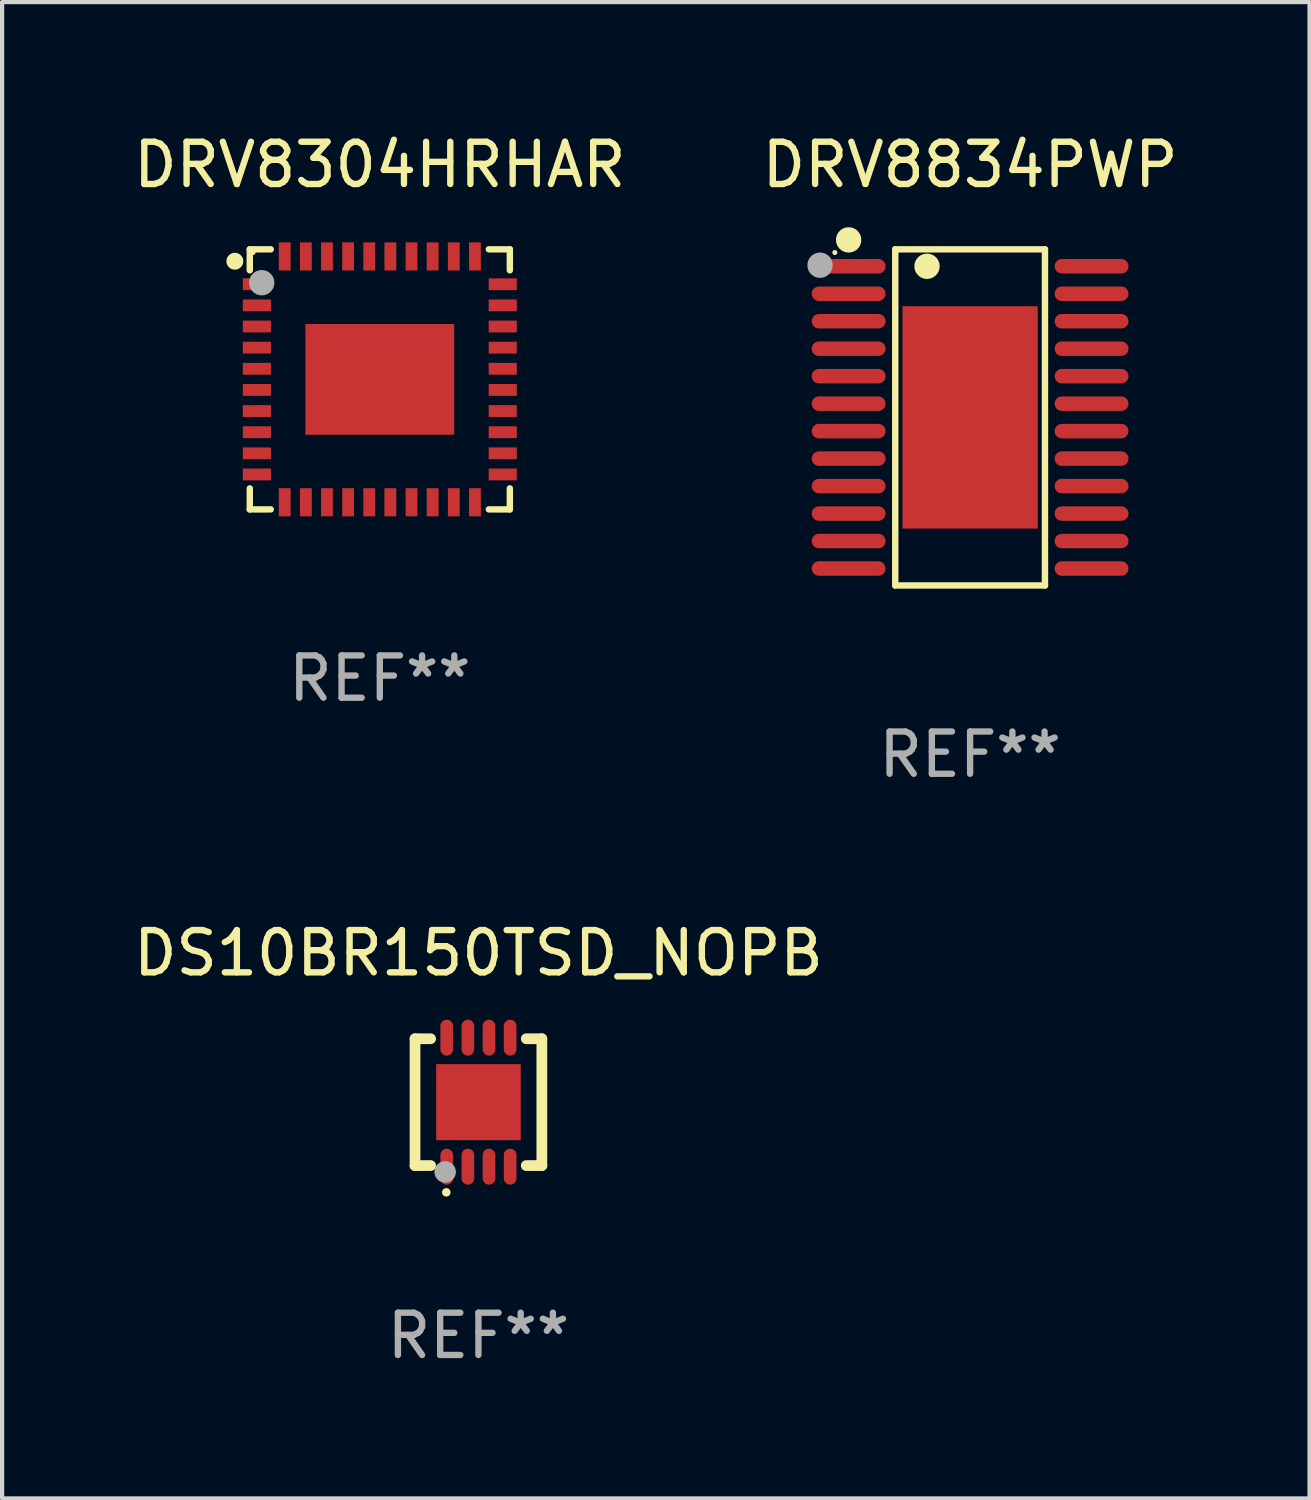
<source format=kicad_pcb>
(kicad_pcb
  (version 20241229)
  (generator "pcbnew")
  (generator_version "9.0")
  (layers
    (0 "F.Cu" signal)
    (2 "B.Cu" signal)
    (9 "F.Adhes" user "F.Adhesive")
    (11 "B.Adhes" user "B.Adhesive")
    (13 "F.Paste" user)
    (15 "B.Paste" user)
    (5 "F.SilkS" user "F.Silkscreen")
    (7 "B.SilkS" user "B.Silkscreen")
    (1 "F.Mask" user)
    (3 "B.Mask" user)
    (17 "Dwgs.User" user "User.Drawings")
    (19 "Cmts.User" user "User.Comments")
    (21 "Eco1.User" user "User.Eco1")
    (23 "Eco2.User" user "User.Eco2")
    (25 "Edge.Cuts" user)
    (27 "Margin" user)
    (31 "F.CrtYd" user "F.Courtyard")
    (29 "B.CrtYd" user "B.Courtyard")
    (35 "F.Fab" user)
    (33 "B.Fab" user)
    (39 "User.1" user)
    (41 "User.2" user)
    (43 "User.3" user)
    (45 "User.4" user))
  (footprint "DS10BR150TSD_NOPB"
    (layer "F.Cu")
    (at 8.268 23.023)
    (property "Reference" "DS10BR150TSD_NOPB" (at 0 -3.526 0) (layer "F.SilkS") (effects (font (size 1 1) (thickness 0.15))))
    (attr through_hole)
    (fp_line (start -1.5 -1.5) (end -1.131 -1.5) (stroke (width 0.254) (type solid)) (layer "F.SilkS"))
    (fp_line (start -1.5 1.5) (end -1.5 -1.5) (stroke (width 0.254) (type solid)) (layer "F.SilkS"))
    (fp_line (start -1.5 1.5) (end -1.131 1.5) (stroke (width 0.254) (type solid)) (layer "F.SilkS"))
    (fp_line (start 1.131 -1.5) (end 1.5 -1.5) (stroke (width 0.254) (type solid)) (layer "F.SilkS"))
    (fp_line (start 1.131 1.5) (end 1.5 1.5) (stroke (width 0.254) (type solid)) (layer "F.SilkS"))
    (fp_line (start 1.5 -1.5) (end 1.5 1.5) (stroke (width 0.254) (type solid)) (layer "F.SilkS"))
    (fp_arc (start -0.762002 2.133642) (mid -0.760732 2.133634) (end -0.759462 2.133642) (stroke (width 0.2) (type solid)) (layer "F.SilkS"))
    (fp_circle (center -1.5 1.5) (end -1.47 1.5) (stroke (width 0.06) (type solid)) (fill no) (layer "F.SilkS"))
    (fp_circle (center -0.787 1.651) (end -0.66 1.651) (stroke (width 0.254) (type solid)) (fill no) (layer "F.Fab"))
    (fp_text user "REF**" (at 0 5.526 0) (layer "F.Fab") (effects (font (size 1 1) (thickness 0.15))))
    (pad "1" smd oval (at -0.75 1.526) (size 0.3 0.85) (layers "F.Cu" "F.Mask" "F.Paste"))
    (pad "2" smd oval (at -0.25 1.526) (size 0.3 0.85) (layers "F.Cu" "F.Mask" "F.Paste"))
    (pad "3" smd oval (at 0.25 1.526) (size 0.3 0.85) (layers "F.Cu" "F.Mask" "F.Paste"))
    (pad "4" smd oval (at 0.75 1.526) (size 0.3 0.85) (layers "F.Cu" "F.Mask" "F.Paste"))
    (pad "5" smd oval (at 0.75 -1.526 180) (size 0.3 0.85) (layers "F.Cu" "F.Mask" "F.Paste"))
    (pad "6" smd oval (at 0.25 -1.526 180) (size 0.3 0.85) (layers "F.Cu" "F.Mask" "F.Paste"))
    (pad "7" smd oval (at -0.25 -1.526 180) (size 0.3 0.85) (layers "F.Cu" "F.Mask" "F.Paste"))
    (pad "8" smd oval (at -0.75 -1.526 180) (size 0.3 0.85) (layers "F.Cu" "F.Mask" "F.Paste"))
    (pad "9" smd rect (at 0.000051 -0.000013) (size 2 1.8) (layers "F.Cu" "F.Mask" "F.Paste")))
  (footprint "DRV8304HRHAR"
    (layer "F.Cu")
    (at 5.935 5.924)
    (property "Reference" "DRV8304HRHAR" (at 0 -5.076 0) (layer "F.SilkS") (effects (font (size 1 1) (thickness 0.15))))
    (attr through_hole)
    (fp_line (start -3.076 -3.076) (end -3.076 -2.58) (stroke (width 0.152) (type solid)) (layer "F.SilkS"))
    (fp_line (start -3.076 3.076) (end -3.076 2.58) (stroke (width 0.152) (type solid)) (layer "F.SilkS"))
    (fp_line (start -2.58 -3.076) (end -3.076 -3.076) (stroke (width 0.152) (type solid)) (layer "F.SilkS"))
    (fp_line (start -2.58 3.076) (end -3.076 3.076) (stroke (width 0.152) (type solid)) (layer "F.SilkS"))
    (fp_line (start 2.58 -3.076) (end 3.076 -3.076) (stroke (width 0.152) (type solid)) (layer "F.SilkS"))
    (fp_line (start 2.58 3.076) (end 3.076 3.076) (stroke (width 0.152) (type solid)) (layer "F.SilkS"))
    (fp_line (start 3.076 -3.076) (end 3.076 -2.58) (stroke (width 0.152) (type solid)) (layer "F.SilkS"))
    (fp_line (start 3.076 3.076) (end 3.076 2.58) (stroke (width 0.152) (type solid)) (layer "F.SilkS"))
    (fp_circle (center -3.429 -2.794) (end -3.329 -2.794) (stroke (width 0.2) (type solid)) (fill no) (layer "F.SilkS"))
    (fp_circle (center -3 -3) (end -2.97 -3) (stroke (width 0.06) (type solid)) (fill no) (layer "F.SilkS"))
    (fp_circle (center -2.794 -2.286) (end -2.644 -2.286) (stroke (width 0.3) (type solid)) (fill no) (layer "F.Fab"))
    (fp_text user "REF**" (at 0 7.076 0) (layer "F.Fab") (effects (font (size 1 1) (thickness 0.15))))
    (pad "1" smd rect (at -2.908 -2.25) (size 0.665 0.28) (layers "F.Cu" "F.Mask" "F.Paste"))
    (pad "2" smd rect (at -2.908 -1.75) (size 0.665 0.28) (layers "F.Cu" "F.Mask" "F.Paste"))
    (pad "3" smd rect (at -2.908 -1.25) (size 0.665 0.28) (layers "F.Cu" "F.Mask" "F.Paste"))
    (pad "4" smd rect (at -2.908 -0.75) (size 0.665 0.28) (layers "F.Cu" "F.Mask" "F.Paste"))
    (pad "5" smd rect (at -2.908 -0.25) (size 0.665 0.28) (layers "F.Cu" "F.Mask" "F.Paste"))
    (pad "6" smd rect (at -2.908 0.25) (size 0.665 0.28) (layers "F.Cu" "F.Mask" "F.Paste"))
    (pad "7" smd rect (at -2.908 0.75) (size 0.665 0.28) (layers "F.Cu" "F.Mask" "F.Paste"))
    (pad "8" smd rect (at -2.908 1.25) (size 0.665 0.28) (layers "F.Cu" "F.Mask" "F.Paste"))
    (pad "9" smd rect (at -2.908 1.75) (size 0.665 0.28) (layers "F.Cu" "F.Mask" "F.Paste"))
    (pad "10" smd rect (at -2.908 2.25) (size 0.665 0.28) (layers "F.Cu" "F.Mask" "F.Paste"))
    (pad "11" smd rect (at -2.25 2.908) (size 0.28 0.665) (layers "F.Cu" "F.Mask" "F.Paste"))
    (pad "12" smd rect (at -1.75 2.908) (size 0.28 0.665) (layers "F.Cu" "F.Mask" "F.Paste"))
    (pad "13" smd rect (at -1.25 2.908) (size 0.28 0.665) (layers "F.Cu" "F.Mask" "F.Paste"))
    (pad "14" smd rect (at -0.75 2.908) (size 0.28 0.665) (layers "F.Cu" "F.Mask" "F.Paste"))
    (pad "15" smd rect (at -0.25 2.908) (size 0.28 0.665) (layers "F.Cu" "F.Mask" "F.Paste"))
    (pad "16" smd rect (at 0.25 2.908) (size 0.28 0.665) (layers "F.Cu" "F.Mask" "F.Paste"))
    (pad "17" smd rect (at 0.75 2.908) (size 0.28 0.665) (layers "F.Cu" "F.Mask" "F.Paste"))
    (pad "18" smd rect (at 1.25 2.908) (size 0.28 0.665) (layers "F.Cu" "F.Mask" "F.Paste"))
    (pad "19" smd rect (at 1.75 2.908) (size 0.28 0.665) (layers "F.Cu" "F.Mask" "F.Paste"))
    (pad "20" smd rect (at 2.25 2.908) (size 0.28 0.665) (layers "F.Cu" "F.Mask" "F.Paste"))
    (pad "21" smd rect (at 2.908 2.25) (size 0.665 0.28) (layers "F.Cu" "F.Mask" "F.Paste"))
    (pad "22" smd rect (at 2.908 1.75) (size 0.665 0.28) (layers "F.Cu" "F.Mask" "F.Paste"))
    (pad "23" smd rect (at 2.908 1.25) (size 0.665 0.28) (layers "F.Cu" "F.Mask" "F.Paste"))
    (pad "24" smd rect (at 2.908 0.75) (size 0.665 0.28) (layers "F.Cu" "F.Mask" "F.Paste"))
    (pad "25" smd rect (at 2.908 0.25) (size 0.665 0.28) (layers "F.Cu" "F.Mask" "F.Paste"))
    (pad "26" smd rect (at 2.908 -0.25) (size 0.665 0.28) (layers "F.Cu" "F.Mask" "F.Paste"))
    (pad "27" smd rect (at 2.908 -0.75) (size 0.665 0.28) (layers "F.Cu" "F.Mask" "F.Paste"))
    (pad "28" smd rect (at 2.908 -1.25) (size 0.665 0.28) (layers "F.Cu" "F.Mask" "F.Paste"))
    (pad "29" smd rect (at 2.908 -1.75) (size 0.665 0.28) (layers "F.Cu" "F.Mask" "F.Paste"))
    (pad "30" smd rect (at 2.908 -2.25) (size 0.665 0.28) (layers "F.Cu" "F.Mask" "F.Paste"))
    (pad "31" smd rect (at 2.25 -2.908) (size 0.28 0.665) (layers "F.Cu" "F.Mask" "F.Paste"))
    (pad "32" smd rect (at 1.75 -2.908) (size 0.28 0.665) (layers "F.Cu" "F.Mask" "F.Paste"))
    (pad "33" smd rect (at 1.25 -2.908) (size 0.28 0.665) (layers "F.Cu" "F.Mask" "F.Paste"))
    (pad "34" smd rect (at 0.75 -2.908) (size 0.28 0.665) (layers "F.Cu" "F.Mask" "F.Paste"))
    (pad "35" smd rect (at 0.25 -2.908) (size 0.28 0.665) (layers "F.Cu" "F.Mask" "F.Paste"))
    (pad "36" smd rect (at -0.25 -2.908) (size 0.28 0.665) (layers "F.Cu" "F.Mask" "F.Paste"))
    (pad "37" smd rect (at -0.75 -2.908) (size 0.28 0.665) (layers "F.Cu" "F.Mask" "F.Paste"))
    (pad "38" smd rect (at -1.25 -2.908) (size 0.28 0.665) (layers "F.Cu" "F.Mask" "F.Paste"))
    (pad "39" smd rect (at -1.75 -2.908) (size 0.28 0.665) (layers "F.Cu" "F.Mask" "F.Paste"))
    (pad "40" smd rect (at -2.25 -2.908) (size 0.28 0.665) (layers "F.Cu" "F.Mask" "F.Paste"))
    (pad "41" smd rect (at 0 0) (size 3.52 2.62) (layers "F.Cu" "F.Mask" "F.Paste")))
  (footprint "DRV8834PWP"
    (layer "F.Cu")
    (at 19.899 6.824)
    (property "Reference" "DRV8834PWP" (at 0 -5.976 0) (layer "F.SilkS") (effects (font (size 1 1) (thickness 0.15))))
    (attr through_hole)
    (fp_line (start -1.771 -3.976) (end 1.771 -3.976) (stroke (width 0.152) (type solid)) (layer "F.SilkS"))
    (fp_line (start -1.771 3.976) (end -1.771 -3.976) (stroke (width 0.152) (type solid)) (layer "F.SilkS"))
    (fp_line (start 1.771 -3.976) (end 1.771 3.976) (stroke (width 0.152) (type solid)) (layer "F.SilkS"))
    (fp_line (start 1.771 3.976) (end -1.771 3.976) (stroke (width 0.152) (type solid)) (layer "F.SilkS"))
    (fp_circle (center -3.2 -3.9) (end -3.17 -3.9) (stroke (width 0.06) (type solid)) (fill no) (layer "F.SilkS"))
    (fp_circle (center -2.873 -4.199) (end -2.723 -4.199) (stroke (width 0.3) (type solid)) (fill no) (layer "F.SilkS"))
    (fp_circle (center -1.019 -3.575) (end -0.869 -3.575) (stroke (width 0.3) (type solid)) (fill no) (layer "F.SilkS"))
    (fp_circle (center -3.55 -3.6) (end -3.4 -3.6) (stroke (width 0.3) (type solid)) (fill no) (layer "F.Fab"))
    (fp_text user "REF**" (at 0 7.976 0) (layer "F.Fab") (effects (font (size 1 1) (thickness 0.15))))
    (pad "1" smd oval (at -2.873 -3.575 270) (size 0.343 1.747) (layers "F.Cu" "F.Mask" "F.Paste"))
    (pad "2" smd oval (at -2.873 -2.925 270) (size 0.343 1.747) (layers "F.Cu" "F.Mask" "F.Paste"))
    (pad "3" smd oval (at -2.873 -2.275 270) (size 0.343 1.747) (layers "F.Cu" "F.Mask" "F.Paste"))
    (pad "4" smd oval (at -2.873 -1.625 270) (size 0.343 1.747) (layers "F.Cu" "F.Mask" "F.Paste"))
    (pad "5" smd oval (at -2.873 -0.975 270) (size 0.343 1.747) (layers "F.Cu" "F.Mask" "F.Paste"))
    (pad "6" smd oval (at -2.873 -0.325 270) (size 0.343 1.747) (layers "F.Cu" "F.Mask" "F.Paste"))
    (pad "7" smd oval (at -2.873 0.325 270) (size 0.343 1.747) (layers "F.Cu" "F.Mask" "F.Paste"))
    (pad "8" smd oval (at -2.873 0.975 270) (size 0.343 1.747) (layers "F.Cu" "F.Mask" "F.Paste"))
    (pad "9" smd oval (at -2.873 1.625 270) (size 0.343 1.747) (layers "F.Cu" "F.Mask" "F.Paste"))
    (pad "10" smd oval (at -2.873 2.275 270) (size 0.343 1.747) (layers "F.Cu" "F.Mask" "F.Paste"))
    (pad "11" smd oval (at -2.873 2.925 270) (size 0.343 1.747) (layers "F.Cu" "F.Mask" "F.Paste"))
    (pad "12" smd oval (at -2.873 3.575 270) (size 0.343 1.747) (layers "F.Cu" "F.Mask" "F.Paste"))
    (pad "13" smd oval (at 2.873 3.575 270) (size 0.343 1.747) (layers "F.Cu" "F.Mask" "F.Paste"))
    (pad "14" smd oval (at 2.873 2.925 270) (size 0.343 1.747) (layers "F.Cu" "F.Mask" "F.Paste"))
    (pad "15" smd oval (at 2.873 2.275 270) (size 0.343 1.747) (layers "F.Cu" "F.Mask" "F.Paste"))
    (pad "16" smd oval (at 2.873 1.625 270) (size 0.343 1.747) (layers "F.Cu" "F.Mask" "F.Paste"))
    (pad "17" smd oval (at 2.873 0.975 270) (size 0.343 1.747) (layers "F.Cu" "F.Mask" "F.Paste"))
    (pad "18" smd oval (at 2.873 0.325 270) (size 0.343 1.747) (layers "F.Cu" "F.Mask" "F.Paste"))
    (pad "19" smd oval (at 2.873 -0.325 270) (size 0.343 1.747) (layers "F.Cu" "F.Mask" "F.Paste"))
    (pad "20" smd oval (at 2.873 -0.975 270) (size 0.343 1.747) (layers "F.Cu" "F.Mask" "F.Paste"))
    (pad "21" smd oval (at 2.873 -1.625 270) (size 0.343 1.747) (layers "F.Cu" "F.Mask" "F.Paste"))
    (pad "22" smd oval (at 2.873 -2.275 270) (size 0.343 1.747) (layers "F.Cu" "F.Mask" "F.Paste"))
    (pad "23" smd oval (at 2.873 -2.925 270) (size 0.343 1.747) (layers "F.Cu" "F.Mask" "F.Paste"))
    (pad "24" smd oval (at 2.873 -3.575 270) (size 0.343 1.747) (layers "F.Cu" "F.Mask" "F.Paste"))
    (pad "25" smd rect (at 0 -0.000102) (size 3.2 5.26) (layers "F.Cu" "F.Mask" "F.Paste")))
  (gr_rect
    (start -3 -3)
    (end 27.929 32.397)
    (stroke (width 0.1) (type default))
    (fill no)
    (layer "Edge.Cuts")))
</source>
